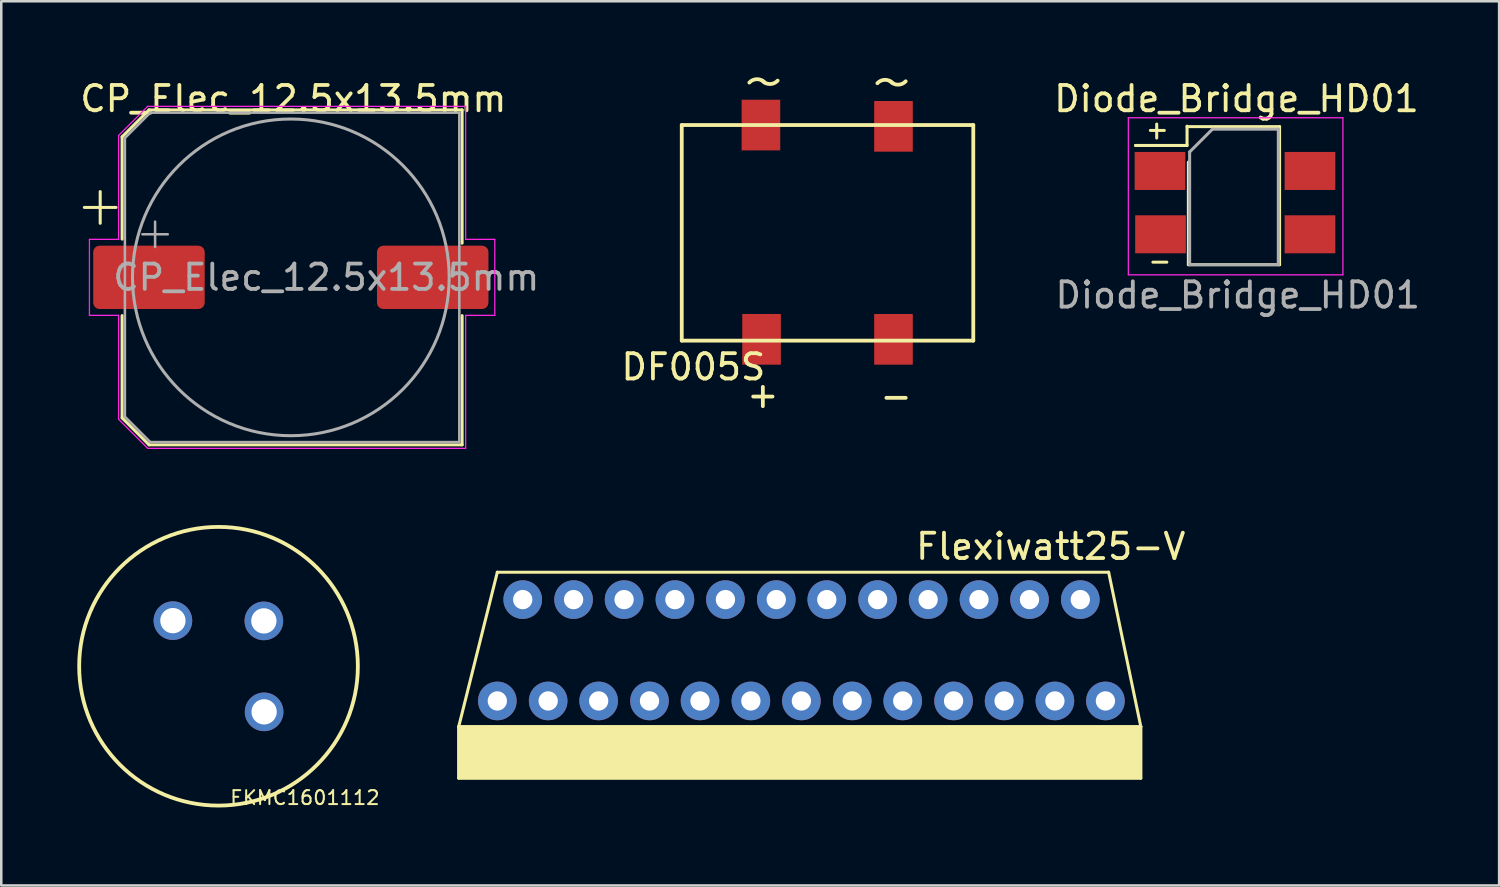
<source format=kicad_pcb>
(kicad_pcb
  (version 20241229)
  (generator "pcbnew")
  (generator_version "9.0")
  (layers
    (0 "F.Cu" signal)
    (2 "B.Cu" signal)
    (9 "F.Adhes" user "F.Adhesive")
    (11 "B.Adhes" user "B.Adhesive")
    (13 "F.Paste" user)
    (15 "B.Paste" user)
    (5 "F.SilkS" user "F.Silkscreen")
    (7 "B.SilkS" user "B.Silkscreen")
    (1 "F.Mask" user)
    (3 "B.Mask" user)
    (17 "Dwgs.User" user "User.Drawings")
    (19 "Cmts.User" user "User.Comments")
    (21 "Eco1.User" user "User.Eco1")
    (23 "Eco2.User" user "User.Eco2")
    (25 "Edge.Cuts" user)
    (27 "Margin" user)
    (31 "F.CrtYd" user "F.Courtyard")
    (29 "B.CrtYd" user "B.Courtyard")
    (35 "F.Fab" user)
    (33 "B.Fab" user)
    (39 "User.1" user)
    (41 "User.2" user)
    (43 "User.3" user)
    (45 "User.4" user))
  (footprint "Flexiwatt25-V"
    (layer "F.Cu")
    (at 16.58 24.617)
    (property "Reference" "Flexiwatt25-V" (at 21.844 -6.096 0) (layer "F.SilkS") (effects (font (size 1 1) (thickness 0.15))))
    (attr through_hole)
    (fp_line (start -1.524 1.016) (end -1.524 3.048) (stroke (width 0.12) (type solid)) (layer "F.SilkS"))
    (fp_line (start -1.524 1.016) (end 0 -5.08) (stroke (width 0.12) (type solid)) (layer "F.SilkS"))
    (fp_line (start -1.524 3.048) (end 25.4 3.048) (stroke (width 0.12) (type solid)) (layer "F.SilkS"))
    (fp_line (start 0 -5.08) (end 24.13 -5.08) (stroke (width 0.12) (type solid)) (layer "F.SilkS"))
    (fp_line (start 24.13 -5.08) (end 25.4 1.016) (stroke (width 0.12) (type solid)) (layer "F.SilkS"))
    (fp_line (start 25.4 1.016) (end -1.524 1.016) (stroke (width 0.12) (type solid)) (layer "F.SilkS"))
    (fp_line (start 25.4 3.048) (end 25.4 1.016) (stroke (width 0.12) (type solid)) (layer "F.SilkS"))
    (fp_poly (pts (xy 25.4 3.048) (xy -1.524 3.048) (xy -1.524 1.016) (xy 25.4 1.016)) (stroke (width 0.1) (type solid)) (fill yes) (layer "F.SilkS"))
    (pad "1" thru_hole circle (at 0 0) (size 1.524 1.524) (drill 0.762) (layers "*.Cu" "*.Mask"))
    (pad "1" thru_hole circle (at 1.003 -4) (size 1.524 1.524) (drill 0.762) (layers "*.Cu" "*.Mask"))
    (pad "3" thru_hole circle (at 2.007 0) (size 1.524 1.524) (drill 0.762) (layers "*.Cu" "*.Mask"))
    (pad "3" thru_hole circle (at 3.01 -4) (size 1.524 1.524) (drill 0.762) (layers "*.Cu" "*.Mask"))
    (pad "5" thru_hole circle (at 4 0) (size 1.524 1.524) (drill 0.762) (layers "*.Cu" "*.Mask"))
    (pad "5" thru_hole circle (at 5.004 -4) (size 1.524 1.524) (drill 0.762) (layers "*.Cu" "*.Mask"))
    (pad "7" thru_hole circle (at 6.007 0) (size 1.524 1.524) (drill 0.762) (layers "*.Cu" "*.Mask"))
    (pad "7" thru_hole circle (at 7.01 -4) (size 1.524 1.524) (drill 0.762) (layers "*.Cu" "*.Mask"))
    (pad "9" thru_hole circle (at 8.001 0) (size 1.524 1.524) (drill 0.762) (layers "*.Cu" "*.Mask"))
    (pad "9" thru_hole circle (at 9.004 -4) (size 1.524 1.524) (drill 0.762) (layers "*.Cu" "*.Mask"))
    (pad "11" thru_hole circle (at 10.008 0) (size 1.524 1.524) (drill 0.762) (layers "*.Cu" "*.Mask"))
    (pad "11" thru_hole circle (at 11.011 -4) (size 1.524 1.524) (drill 0.762) (layers "*.Cu" "*.Mask"))
    (pad "13" thru_hole circle (at 12.002 0) (size 1.524 1.524) (drill 0.762) (layers "*.Cu" "*.Mask"))
    (pad "13" thru_hole circle (at 13.005 -4) (size 1.524 1.524) (drill 0.762) (layers "*.Cu" "*.Mask"))
    (pad "15" thru_hole circle (at 14.008 0) (size 1.524 1.524) (drill 0.762) (layers "*.Cu" "*.Mask"))
    (pad "15" thru_hole circle (at 15.011 -4) (size 1.524 1.524) (drill 0.762) (layers "*.Cu" "*.Mask"))
    (pad "17" thru_hole circle (at 16.002 0) (size 1.524 1.524) (drill 0.762) (layers "*.Cu" "*.Mask"))
    (pad "17" thru_hole circle (at 17.005 -4) (size 1.524 1.524) (drill 0.762) (layers "*.Cu" "*.Mask"))
    (pad "19" thru_hole circle (at 18.009 0) (size 1.524 1.524) (drill 0.762) (layers "*.Cu" "*.Mask"))
    (pad "19" thru_hole circle (at 19.012 -4) (size 1.524 1.524) (drill 0.762) (layers "*.Cu" "*.Mask"))
    (pad "21" thru_hole circle (at 20.003 0) (size 1.524 1.524) (drill 0.762) (layers "*.Cu" "*.Mask"))
    (pad "21" thru_hole circle (at 21.006 -4) (size 1.524 1.524) (drill 0.762) (layers "*.Cu" "*.Mask"))
    (pad "23" thru_hole circle (at 22.009 0) (size 1.524 1.524) (drill 0.762) (layers "*.Cu" "*.Mask"))
    (pad "23" thru_hole circle (at 23.012 -4) (size 1.524 1.524) (drill 0.762) (layers "*.Cu" "*.Mask"))
    (pad "25" thru_hole circle (at 24.003 0) (size 1.524 1.524) (drill 0.762) (layers "*.Cu" "*.Mask")))
  (footprint "DF005S"
    (layer "F.Cu")
    (at 27.01 10.344)
    (property "Reference" "DF005S" (at -2.692 1.092 0) (layer "F.SilkS") (effects (font (size 1 1) (thickness 0.15))))
    (attr through_hole)
    (fp_line (start -3.15 -8.458) (end -3.15 0.051) (stroke (width 0.15) (type solid)) (layer "F.SilkS"))
    (fp_line (start -3.15 0.051) (end 8.357 0.051) (stroke (width 0.15) (type solid)) (layer "F.SilkS"))
    (fp_line (start 8.357 -8.458) (end -3.15 -8.458) (stroke (width 0.15) (type solid)) (layer "F.SilkS"))
    (fp_line (start 8.357 0.051) (end 8.357 -8.46) (stroke (width 0.15) (type solid)) (layer "F.SilkS"))
    (fp_arc (start -0.4826 -10.1346) (mid -0.179129 -10.26868) (end 0.125197 -10.136554) (stroke (width 0.15) (type solid)) (layer "F.SilkS"))
    (fp_arc (start 0.635 -10.2108) (mid 0.331529 -10.07672) (end 0.027203 -10.208846) (stroke (width 0.15) (type solid)) (layer "F.SilkS"))
    (fp_arc (start 4.572 -10.1092) (mid 4.875471 -10.24328) (end 5.179797 -10.111154) (stroke (width 0.15) (type solid)) (layer "F.SilkS"))
    (fp_arc (start 5.6896 -10.1854) (mid 5.386129 -10.05132) (end 5.081803 -10.183446) (stroke (width 0.15) (type solid)) (layer "F.SilkS"))
    (fp_text user "+" (at 0.051 2.184 0) (layer "F.SilkS") (effects (font (size 1 1) (thickness 0.15))))
    (fp_text user "-" (at 5.309 2.235 0) (layer "F.SilkS") (effects (font (size 1 1) (thickness 0.15))))
    (pad "1" smd rect (at 0 0) (size 1.524 2) (layers "F.Cu" "F.Mask" "F.Paste"))
    (pad "2" smd rect (at 5.207 0) (size 1.524 2) (layers "F.Cu" "F.Mask" "F.Paste"))
    (pad "3" smd rect (at 5.207 -8.407) (size 1.524 2) (layers "F.Cu" "F.Mask" "F.Paste"))
    (pad "4" smd rect (at -0.025 -8.458) (size 1.524 2) (layers "F.Cu" "F.Mask" "F.Paste")))
  (footprint "CP_Elec_12.5x13.5mm"
    (layer "F.Cu")
    (at 8.43 7.898)
    (property "Reference" "CP_Elec_12.5x13.5mm" (at 0.1 -7.05 0) (layer "F.SilkS") (effects (font (size 1 1) (thickness 0.15))))
    (attr smd)
    (fp_line (start -8.15 -2.76) (end -6.9 -2.76) (stroke (width 0.12) (type solid)) (layer "F.SilkS"))
    (fp_line (start -7.525 -3.385) (end -7.525 -2.135) (stroke (width 0.12) (type solid)) (layer "F.SilkS"))
    (fp_line (start -6.66 -5.546) (end -6.66 -1.51) (stroke (width 0.12) (type solid)) (layer "F.SilkS"))
    (fp_line (start -6.66 -5.546) (end -5.596 -6.61) (stroke (width 0.12) (type solid)) (layer "F.SilkS"))
    (fp_line (start -6.66 5.546) (end -6.66 1.51) (stroke (width 0.12) (type solid)) (layer "F.SilkS"))
    (fp_line (start -6.66 5.546) (end -5.596 6.61) (stroke (width 0.12) (type solid)) (layer "F.SilkS"))
    (fp_line (start -5.596 -6.61) (end 6.76 -6.61) (stroke (width 0.12) (type solid)) (layer "F.SilkS"))
    (fp_line (start -5.596 6.61) (end 6.76 6.61) (stroke (width 0.12) (type solid)) (layer "F.SilkS"))
    (fp_line (start 6.76 -6.61) (end 6.76 -1.35) (stroke (width 0.12) (type solid)) (layer "F.SilkS"))
    (fp_line (start 6.76 6.61) (end 6.76 1.51) (stroke (width 0.12) (type solid)) (layer "F.SilkS"))
    (fp_line (start -7.95 -1.5) (end -7.95 1.5) (stroke (width 0.05) (type solid)) (layer "F.CrtYd"))
    (fp_line (start -7.95 1.5) (end -6.8 1.5) (stroke (width 0.05) (type solid)) (layer "F.CrtYd"))
    (fp_line (start -6.8 -5.6) (end -6.8 -1.5) (stroke (width 0.05) (type solid)) (layer "F.CrtYd"))
    (fp_line (start -6.8 -5.6) (end -5.65 -6.75) (stroke (width 0.05) (type solid)) (layer "F.CrtYd"))
    (fp_line (start -6.8 -1.5) (end -7.95 -1.5) (stroke (width 0.05) (type solid)) (layer "F.CrtYd"))
    (fp_line (start -6.8 1.5) (end -6.8 5.6) (stroke (width 0.05) (type solid)) (layer "F.CrtYd"))
    (fp_line (start -6.8 5.6) (end -5.65 6.75) (stroke (width 0.05) (type solid)) (layer "F.CrtYd"))
    (fp_line (start -5.65 -6.75) (end 6.9 -6.75) (stroke (width 0.05) (type solid)) (layer "F.CrtYd"))
    (fp_line (start -5.65 6.75) (end 6.9 6.75) (stroke (width 0.05) (type solid)) (layer "F.CrtYd"))
    (fp_line (start 6.9 -6.75) (end 6.9 -1.5) (stroke (width 0.05) (type solid)) (layer "F.CrtYd"))
    (fp_line (start 6.9 -1.5) (end 8.05 -1.5) (stroke (width 0.05) (type solid)) (layer "F.CrtYd"))
    (fp_line (start 6.9 1.5) (end 6.9 6.75) (stroke (width 0.05) (type solid)) (layer "F.CrtYd"))
    (fp_line (start 8.05 -1.5) (end 8.05 1.5) (stroke (width 0.05) (type solid)) (layer "F.CrtYd"))
    (fp_line (start 8.05 1.5) (end 6.9 1.5) (stroke (width 0.05) (type solid)) (layer "F.CrtYd"))
    (fp_line (start -6.55 -5.5) (end -6.55 5.5) (stroke (width 0.1) (type solid)) (layer "F.Fab"))
    (fp_line (start -6.55 -5.5) (end -5.55 -6.5) (stroke (width 0.1) (type solid)) (layer "F.Fab"))
    (fp_line (start -6.55 5.5) (end -5.55 6.5) (stroke (width 0.1) (type solid)) (layer "F.Fab"))
    (fp_line (start -5.858 -1.7) (end -4.858 -1.7) (stroke (width 0.1) (type solid)) (layer "F.Fab"))
    (fp_line (start -5.55 -6.5) (end 6.65 -6.5) (stroke (width 0.1) (type solid)) (layer "F.Fab"))
    (fp_line (start -5.55 6.5) (end 6.65 6.5) (stroke (width 0.1) (type solid)) (layer "F.Fab"))
    (fp_line (start -5.358 -2.2) (end -5.358 -1.2) (stroke (width 0.1) (type solid)) (layer "F.Fab"))
    (fp_line (start 6.65 -6.5) (end 6.65 6.5) (stroke (width 0.1) (type solid)) (layer "F.Fab"))
    (fp_circle (center 0 0) (end 6.25 0) (stroke (width 0.12) (type solid)) (fill no) (layer "F.Fab"))
    (fp_text user "${REFERENCE}" (at 1.4 0 0) (layer "F.Fab") (effects (font (size 1 1) (thickness 0.15))))
    (pad "1" smd roundrect (at -5.6 0) (size 4.4 2.5) (layers "F.Cu" "F.Mask" "F.Paste") (roundrect_rratio 0.1))
    (pad "2" smd roundrect (at 5.6 0) (size 4.4 2.5) (layers "F.Cu" "F.Mask" "F.Paste") (roundrect_rratio 0.1)))
  (footprint "Diode_Bridge_HD01"
    (layer "F.Cu")
    (at 47.107 6.248)
    (property "Reference" "Diode_Bridge_HD01" (at -1.35 -5.4 0) (layer "F.SilkS") (effects (font (size 1 1) (thickness 0.15))))
    (attr smd)
    (fp_line (start -5.334 -3.556) (end -5.334 -3.556) (stroke (width 0.12) (type solid)) (layer "F.SilkS"))
    (fp_line (start -4.75 -4.15) (end -4.2 -4.15) (stroke (width 0.12) (type solid)) (layer "F.SilkS"))
    (fp_line (start -4.65 1.05) (end -4.1 1.05) (stroke (width 0.12) (type solid)) (layer "F.SilkS"))
    (fp_line (start -4.5 -4.4) (end -4.5 -3.85) (stroke (width 0.12) (type solid)) (layer "F.SilkS"))
    (fp_line (start -3.302 -4.318) (end -3.302 -3.556) (stroke (width 0.12) (type solid)) (layer "F.SilkS"))
    (fp_line (start -3.302 -3.556) (end -5.334 -3.556) (stroke (width 0.12) (type solid)) (layer "F.SilkS"))
    (fp_line (start -3.3 -4.3) (end 0.35 -4.3) (stroke (width 0.12) (type solid)) (layer "F.SilkS"))
    (fp_line (start -3.25 -2.9) (end -3.25 1.15) (stroke (width 0.12) (type solid)) (layer "F.SilkS"))
    (fp_line (start 0.35 1.15) (end -3.25 1.15) (stroke (width 0.12) (type solid)) (layer "F.SilkS"))
    (fp_line (start 0.35 1.15) (end 0.35 -4.3) (stroke (width 0.12) (type solid)) (layer "F.SilkS"))
    (fp_line (start -5.62 -4.65) (end -5.62 1.55) (stroke (width 0.05) (type solid)) (layer "F.CrtYd"))
    (fp_line (start 2.85 -4.65) (end -5.62 -4.65) (stroke (width 0.05) (type solid)) (layer "F.CrtYd"))
    (fp_line (start 2.85 1.55) (end -5.62 1.55) (stroke (width 0.05) (type solid)) (layer "F.CrtYd"))
    (fp_line (start 2.85 1.55) (end 2.85 -4.65) (stroke (width 0.05) (type solid)) (layer "F.CrtYd"))
    (fp_line (start -3.2 -3.3) (end -2.3 -4.2) (stroke (width 0.12) (type solid)) (layer "F.Fab"))
    (fp_line (start -3.2 1.15) (end -3.2 -3.3) (stroke (width 0.12) (type solid)) (layer "F.Fab"))
    (fp_line (start -2.3 -4.2) (end 0.3 -4.2) (stroke (width 0.12) (type solid)) (layer "F.Fab"))
    (fp_line (start 0.3 -4.2) (end 0.3 1.15) (stroke (width 0.12) (type solid)) (layer "F.Fab"))
    (fp_line (start 0.3 1.15) (end -3.2 1.15) (stroke (width 0.12) (type solid)) (layer "F.Fab"))
    (fp_text user "${REFERENCE}" (at -1.3 2.35 0) (layer "F.Fab") (effects (font (size 1 1) (thickness 0.15))))
    (pad "1" smd rect (at -4.37 -2.55) (size 2 1.5) (layers "F.Cu" "F.Mask" "F.Paste"))
    (pad "2" smd rect (at -4.35 -0.05) (size 2 1.5) (layers "F.Cu" "F.Mask" "F.Paste"))
    (pad "3" smd rect (at 1.55 -0.05) (size 2 1.5) (layers "F.Cu" "F.Mask" "F.Paste"))
    (pad "4" smd rect (at 1.55 -2.55) (size 2 1.5) (layers "F.Cu" "F.Mask" "F.Paste")))
  (footprint "EKMC1601112"
    (layer "F.Cu")
    (at 5.575 23.248)
    (property "Reference" "EKMC1601112" (at 3.41 5.19 180) (layer "F.SilkS") (effects (font (size 0.55 0.55) (thickness 0.08))))
    (attr through_hole)
    (fp_circle (center 0 0) (end 0 -5.5) (stroke (width 0.15) (type solid)) (fill no) (layer "F.SilkS"))
    (pad "1" thru_hole circle (at 1.8 1.8) (size 1.524 1.524) (drill 1) (layers "*.Cu" "*.Mask"))
    (pad "2" thru_hole circle (at -1.8 -1.8) (size 1.524 1.524) (drill 1) (layers "*.Cu" "*.Mask"))
    (pad "3" thru_hole circle (at 1.79 -1.79) (size 1.524 1.524) (drill 1) (layers "*.Cu" "*.Mask")))
  (gr_rect
    (start -3 -3)
    (end 56.123 31.9)
    (stroke (width 0.1) (type default))
    (fill no)
    (layer "Edge.Cuts")))
</source>
